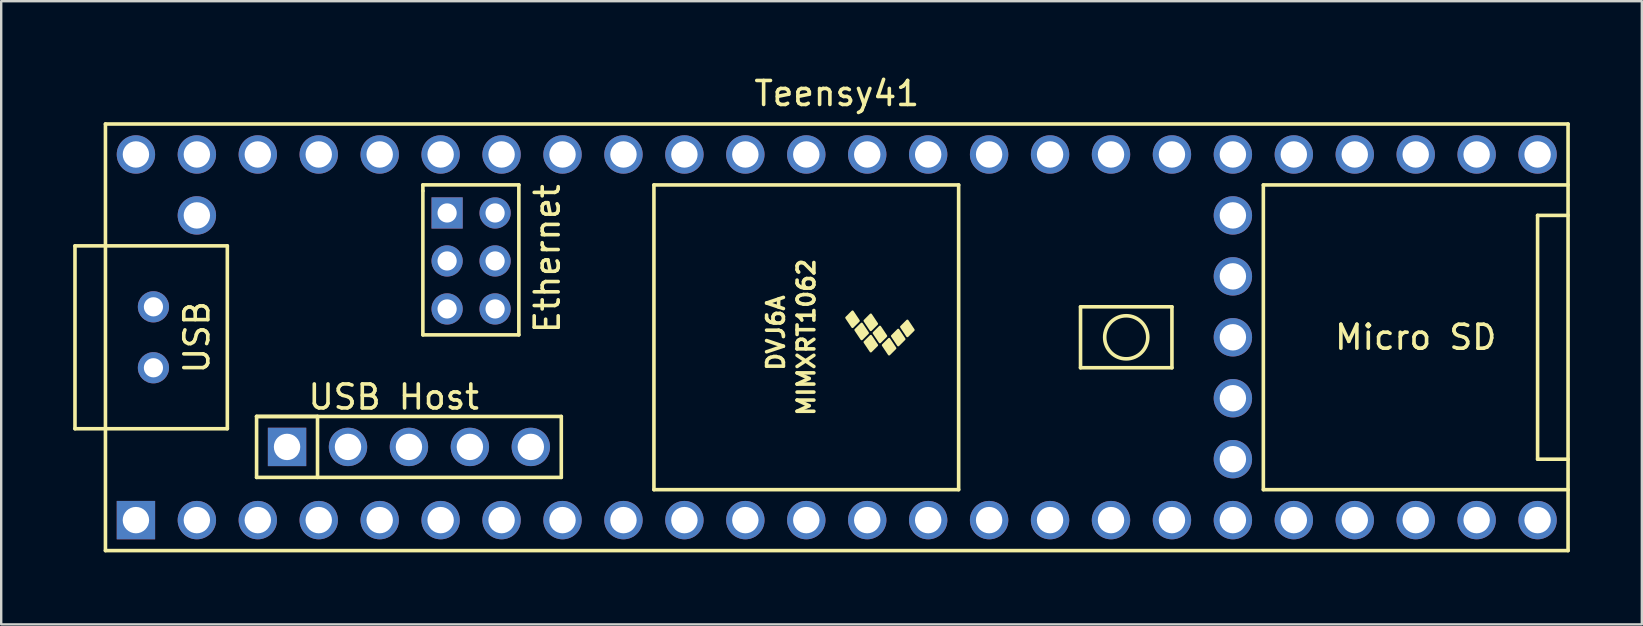
<source format=kicad_pcb>
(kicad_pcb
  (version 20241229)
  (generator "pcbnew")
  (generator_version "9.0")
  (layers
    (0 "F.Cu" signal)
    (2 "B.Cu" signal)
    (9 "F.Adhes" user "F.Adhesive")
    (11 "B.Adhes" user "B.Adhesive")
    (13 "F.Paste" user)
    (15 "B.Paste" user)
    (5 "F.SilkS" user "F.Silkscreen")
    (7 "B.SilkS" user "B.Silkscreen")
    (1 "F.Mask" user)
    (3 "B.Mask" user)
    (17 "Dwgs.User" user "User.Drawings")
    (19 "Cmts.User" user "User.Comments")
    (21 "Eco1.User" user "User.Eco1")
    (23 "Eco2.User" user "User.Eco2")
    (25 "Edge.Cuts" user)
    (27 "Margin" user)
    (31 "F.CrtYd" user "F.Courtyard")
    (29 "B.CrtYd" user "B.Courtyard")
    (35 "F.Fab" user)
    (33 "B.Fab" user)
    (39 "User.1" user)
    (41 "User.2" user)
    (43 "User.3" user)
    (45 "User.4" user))
  (footprint "Teensy41"
    (layer "F.Cu")
    (at 31.825 11.008)
    (property "Reference" "Teensy41" (at 0 -10.16 0) (layer "F.SilkS") (effects (font (size 1 1) (thickness 0.15))))
    (attr through_hole)
    (fp_line (start -31.75 -3.81) (end -30.48 -3.81) (stroke (width 0.15) (type solid)) (layer "F.SilkS"))
    (fp_line (start -31.75 3.81) (end -31.75 -3.81) (stroke (width 0.15) (type solid)) (layer "F.SilkS"))
    (fp_line (start -30.48 -8.89) (end 30.48 -8.89) (stroke (width 0.15) (type solid)) (layer "F.SilkS"))
    (fp_line (start -30.48 3.81) (end -31.75 3.81) (stroke (width 0.15) (type solid)) (layer "F.SilkS"))
    (fp_line (start -30.48 8.89) (end -30.48 -8.89) (stroke (width 0.15) (type solid)) (layer "F.SilkS"))
    (fp_line (start -25.4 -3.81) (end -30.48 -3.81) (stroke (width 0.15) (type solid)) (layer "F.SilkS"))
    (fp_line (start -25.4 3.81) (end -30.48 3.81) (stroke (width 0.15) (type solid)) (layer "F.SilkS"))
    (fp_line (start -25.4 3.81) (end -25.4 -3.81) (stroke (width 0.15) (type solid)) (layer "F.SilkS"))
    (fp_line (start -24.181 3.299) (end -21.641 3.299) (stroke (width 0.15) (type solid)) (layer "F.SilkS"))
    (fp_line (start -24.181 3.299) (end -11.481 3.299) (stroke (width 0.15) (type solid)) (layer "F.SilkS"))
    (fp_line (start -24.181 5.839) (end -24.181 3.299) (stroke (width 0.15) (type solid)) (layer "F.SilkS"))
    (fp_line (start -21.641 3.299) (end -21.641 5.839) (stroke (width 0.15) (type solid)) (layer "F.SilkS"))
    (fp_line (start -17.25 -6.352) (end -17.25 -6.102) (stroke (width 0.15) (type solid)) (layer "F.SilkS"))
    (fp_line (start -17.25 -6.102) (end -17.25 -0.102) (stroke (width 0.15) (type solid)) (layer "F.SilkS"))
    (fp_line (start -17.25 -0.102) (end -13.25 -0.102) (stroke (width 0.15) (type solid)) (layer "F.SilkS"))
    (fp_line (start -13.25 -6.352) (end -17.25 -6.352) (stroke (width 0.15) (type solid)) (layer "F.SilkS"))
    (fp_line (start -13.25 -0.102) (end -13.25 -6.352) (stroke (width 0.15) (type solid)) (layer "F.SilkS"))
    (fp_line (start -11.481 3.299) (end -11.481 5.839) (stroke (width 0.15) (type solid)) (layer "F.SilkS"))
    (fp_line (start -11.481 5.839) (end -24.181 5.839) (stroke (width 0.15) (type solid)) (layer "F.SilkS"))
    (fp_line (start -7.62 -6.35) (end -7.62 6.35) (stroke (width 0.15) (type solid)) (layer "F.SilkS"))
    (fp_line (start -7.62 6.35) (end 5.08 6.35) (stroke (width 0.15) (type solid)) (layer "F.SilkS"))
    (fp_line (start 5.08 -6.35) (end -7.62 -6.35) (stroke (width 0.15) (type solid)) (layer "F.SilkS"))
    (fp_line (start 5.08 6.35) (end 5.08 -6.35) (stroke (width 0.15) (type solid)) (layer "F.SilkS"))
    (fp_line (start 10.16 -1.27) (end 13.97 -1.27) (stroke (width 0.15) (type solid)) (layer "F.SilkS"))
    (fp_line (start 10.16 1.27) (end 10.16 -1.27) (stroke (width 0.15) (type solid)) (layer "F.SilkS"))
    (fp_line (start 13.97 -1.27) (end 13.97 1.27) (stroke (width 0.15) (type solid)) (layer "F.SilkS"))
    (fp_line (start 13.97 1.27) (end 10.16 1.27) (stroke (width 0.15) (type solid)) (layer "F.SilkS"))
    (fp_line (start 17.78 -6.35) (end 17.78 6.35) (stroke (width 0.15) (type solid)) (layer "F.SilkS"))
    (fp_line (start 17.78 6.35) (end 30.48 6.35) (stroke (width 0.15) (type solid)) (layer "F.SilkS"))
    (fp_line (start 29.21 -5.08) (end 29.21 5.08) (stroke (width 0.15) (type solid)) (layer "F.SilkS"))
    (fp_line (start 29.21 5.08) (end 30.48 5.08) (stroke (width 0.15) (type solid)) (layer "F.SilkS"))
    (fp_line (start 30.48 -8.89) (end 30.48 8.89) (stroke (width 0.15) (type solid)) (layer "F.SilkS"))
    (fp_line (start 30.48 -6.35) (end 17.78 -6.35) (stroke (width 0.15) (type solid)) (layer "F.SilkS"))
    (fp_line (start 30.48 -5.08) (end 29.21 -5.08) (stroke (width 0.15) (type solid)) (layer "F.SilkS"))
    (fp_line (start 30.48 8.89) (end -30.48 8.89) (stroke (width 0.15) (type solid)) (layer "F.SilkS"))
    (fp_circle (center 12.065 0) (end 12.7 -0.635) (stroke (width 0.15) (type solid)) (fill no) (layer "F.SilkS"))
    (fp_poly (pts (xy 0.911 -0.688) (xy 0.657 -0.434) (xy 0.403 -0.815) (xy 0.657 -1.069)) (stroke (width 0.1) (type solid)) (fill yes) (layer "F.SilkS"))
    (fp_poly (pts (xy 1.292 -0.18) (xy 1.038 0.074) (xy 0.784 -0.307) (xy 1.038 -0.561)) (stroke (width 0.1) (type solid)) (fill yes) (layer "F.SilkS"))
    (fp_poly (pts (xy 1.673 -0.561) (xy 1.419 -0.307) (xy 1.165 -0.688) (xy 1.419 -0.942)) (stroke (width 0.1) (type solid)) (fill yes) (layer "F.SilkS"))
    (fp_poly (pts (xy 1.673 0.328) (xy 1.419 0.582) (xy 1.165 0.201) (xy 1.419 -0.053)) (stroke (width 0.1) (type solid)) (fill yes) (layer "F.SilkS"))
    (fp_poly (pts (xy 2.054 -0.053) (xy 1.8 0.201) (xy 1.546 -0.18) (xy 1.8 -0.434)) (stroke (width 0.1) (type solid)) (fill yes) (layer "F.SilkS"))
    (fp_poly (pts (xy 2.435 0.455) (xy 2.181 0.709) (xy 1.927 0.328) (xy 2.181 0.074)) (stroke (width 0.1) (type solid)) (fill yes) (layer "F.SilkS"))
    (fp_poly (pts (xy 2.816 0.074) (xy 2.562 0.328) (xy 2.308 -0.053) (xy 2.562 -0.307)) (stroke (width 0.1) (type solid)) (fill yes) (layer "F.SilkS"))
    (fp_poly (pts (xy 3.197 -0.307) (xy 2.943 -0.053) (xy 2.689 -0.434) (xy 2.943 -0.688)) (stroke (width 0.1) (type solid)) (fill yes) (layer "F.SilkS"))
    (fp_text user "MIMXRT1062" (at -1.27 0 270) (layer "F.SilkS") (effects (font (size 0.7 0.7) (thickness 0.15))))
    (fp_text user "USB Host" (at -18.466 2.489 0) (layer "F.SilkS") (effects (font (size 1 1) (thickness 0.15))))
    (fp_text user "Ethernet" (at -12.065 -3.277 90) (layer "F.SilkS") (effects (font (size 1 1) (thickness 0.15))))
    (fp_text user "Micro SD" (at 24.13 0 0) (layer "F.SilkS") (effects (font (size 1 1) (thickness 0.15))))
    (fp_text user "USB" (at -26.67 0 270) (layer "F.SilkS") (effects (font (size 1 1) (thickness 0.15))))
    (fp_text user "DVJ6A" (at -2.54 -0.18 270) (layer "F.SilkS") (effects (font (size 0.7 0.7) (thickness 0.15))))
    (pad "1" thru_hole rect (at -29.21 7.62) (size 1.6 1.6) (drill 1.1) (layers "*.Cu" "*.Mask"))
    (pad "2" thru_hole circle (at -26.67 7.62) (size 1.6 1.6) (drill 1.1) (layers "*.Cu" "*.Mask"))
    (pad "3" thru_hole circle (at -24.13 7.62) (size 1.6 1.6) (drill 1.1) (layers "*.Cu" "*.Mask"))
    (pad "4" thru_hole circle (at -21.59 7.62) (size 1.6 1.6) (drill 1.1) (layers "*.Cu" "*.Mask"))
    (pad "5" thru_hole circle (at -19.05 7.62) (size 1.6 1.6) (drill 1.1) (layers "*.Cu" "*.Mask"))
    (pad "6" thru_hole circle (at -16.51 7.62) (size 1.6 1.6) (drill 1.1) (layers "*.Cu" "*.Mask"))
    (pad "7" thru_hole circle (at -13.97 7.62) (size 1.6 1.6) (drill 1.1) (layers "*.Cu" "*.Mask"))
    (pad "8" thru_hole circle (at -11.43 7.62) (size 1.6 1.6) (drill 1.1) (layers "*.Cu" "*.Mask"))
    (pad "9" thru_hole circle (at -8.89 7.62) (size 1.6 1.6) (drill 1.1) (layers "*.Cu" "*.Mask"))
    (pad "10" thru_hole circle (at -6.35 7.62) (size 1.6 1.6) (drill 1.1) (layers "*.Cu" "*.Mask"))
    (pad "11" thru_hole circle (at -3.81 7.62) (size 1.6 1.6) (drill 1.1) (layers "*.Cu" "*.Mask"))
    (pad "12" thru_hole circle (at -1.27 7.62) (size 1.6 1.6) (drill 1.1) (layers "*.Cu" "*.Mask"))
    (pad "13" thru_hole circle (at 1.27 7.62) (size 1.6 1.6) (drill 1.1) (layers "*.Cu" "*.Mask"))
    (pad "14" thru_hole circle (at 3.81 7.62) (size 1.6 1.6) (drill 1.1) (layers "*.Cu" "*.Mask"))
    (pad "15" thru_hole circle (at 6.35 7.62) (size 1.6 1.6) (drill 1.1) (layers "*.Cu" "*.Mask"))
    (pad "16" thru_hole circle (at 8.89 7.62) (size 1.6 1.6) (drill 1.1) (layers "*.Cu" "*.Mask"))
    (pad "17" thru_hole circle (at 11.43 7.62) (size 1.6 1.6) (drill 1.1) (layers "*.Cu" "*.Mask"))
    (pad "18" thru_hole circle (at 13.97 7.62) (size 1.6 1.6) (drill 1.1) (layers "*.Cu" "*.Mask"))
    (pad "19" thru_hole circle (at 16.51 7.62) (size 1.6 1.6) (drill 1.1) (layers "*.Cu" "*.Mask"))
    (pad "20" thru_hole circle (at 19.05 7.62) (size 1.6 1.6) (drill 1.1) (layers "*.Cu" "*.Mask"))
    (pad "21" thru_hole circle (at 21.59 7.62) (size 1.6 1.6) (drill 1.1) (layers "*.Cu" "*.Mask"))
    (pad "22" thru_hole circle (at 24.13 7.62) (size 1.6 1.6) (drill 1.1) (layers "*.Cu" "*.Mask"))
    (pad "23" thru_hole circle (at 26.67 7.62) (size 1.6 1.6) (drill 1.1) (layers "*.Cu" "*.Mask"))
    (pad "24" thru_hole circle (at 29.21 7.62) (size 1.6 1.6) (drill 1.1) (layers "*.Cu" "*.Mask"))
    (pad "25" thru_hole circle (at 29.21 -7.62) (size 1.6 1.6) (drill 1.1) (layers "*.Cu" "*.Mask"))
    (pad "26" thru_hole circle (at 26.67 -7.62) (size 1.6 1.6) (drill 1.1) (layers "*.Cu" "*.Mask"))
    (pad "27" thru_hole circle (at 24.13 -7.62) (size 1.6 1.6) (drill 1.1) (layers "*.Cu" "*.Mask"))
    (pad "28" thru_hole circle (at 21.59 -7.62) (size 1.6 1.6) (drill 1.1) (layers "*.Cu" "*.Mask"))
    (pad "29" thru_hole circle (at 19.05 -7.62) (size 1.6 1.6) (drill 1.1) (layers "*.Cu" "*.Mask"))
    (pad "30" thru_hole circle (at 16.51 -7.62) (size 1.6 1.6) (drill 1.1) (layers "*.Cu" "*.Mask"))
    (pad "31" thru_hole circle (at 13.97 -7.62) (size 1.6 1.6) (drill 1.1) (layers "*.Cu" "*.Mask"))
    (pad "32" thru_hole circle (at 11.43 -7.62) (size 1.6 1.6) (drill 1.1) (layers "*.Cu" "*.Mask"))
    (pad "33" thru_hole circle (at 8.89 -7.62) (size 1.6 1.6) (drill 1.1) (layers "*.Cu" "*.Mask"))
    (pad "34" thru_hole circle (at 6.35 -7.62) (size 1.6 1.6) (drill 1.1) (layers "*.Cu" "*.Mask"))
    (pad "35" thru_hole circle (at 3.81 -7.62) (size 1.6 1.6) (drill 1.1) (layers "*.Cu" "*.Mask"))
    (pad "36" thru_hole circle (at 1.27 -7.62) (size 1.6 1.6) (drill 1.1) (layers "*.Cu" "*.Mask"))
    (pad "37" thru_hole circle (at -1.27 -7.62) (size 1.6 1.6) (drill 1.1) (layers "*.Cu" "*.Mask"))
    (pad "38" thru_hole circle (at -3.81 -7.62) (size 1.6 1.6) (drill 1.1) (layers "*.Cu" "*.Mask"))
    (pad "39" thru_hole circle (at -6.35 -7.62) (size 1.6 1.6) (drill 1.1) (layers "*.Cu" "*.Mask"))
    (pad "40" thru_hole circle (at -8.89 -7.62) (size 1.6 1.6) (drill 1.1) (layers "*.Cu" "*.Mask"))
    (pad "41" thru_hole circle (at -11.43 -7.62) (size 1.6 1.6) (drill 1.1) (layers "*.Cu" "*.Mask"))
    (pad "42" thru_hole circle (at -13.97 -7.62) (size 1.6 1.6) (drill 1.1) (layers "*.Cu" "*.Mask"))
    (pad "43" thru_hole circle (at -16.51 -7.62) (size 1.6 1.6) (drill 1.1) (layers "*.Cu" "*.Mask"))
    (pad "44" thru_hole circle (at -19.05 -7.62) (size 1.6 1.6) (drill 1.1) (layers "*.Cu" "*.Mask"))
    (pad "45" thru_hole circle (at -21.59 -7.62) (size 1.6 1.6) (drill 1.1) (layers "*.Cu" "*.Mask"))
    (pad "46" thru_hole circle (at -24.13 -7.62) (size 1.6 1.6) (drill 1.1) (layers "*.Cu" "*.Mask"))
    (pad "47" thru_hole circle (at -26.67 -7.62) (size 1.6 1.6) (drill 1.1) (layers "*.Cu" "*.Mask"))
    (pad "48" thru_hole circle (at -29.21 -7.62) (size 1.6 1.6) (drill 1.1) (layers "*.Cu" "*.Mask"))
    (pad "49" thru_hole circle (at -26.67 -5.08) (size 1.6 1.6) (drill 1.1) (layers "*.Cu" "*.Mask"))
    (pad "50" thru_hole circle (at 16.51 5.08) (size 1.6 1.6) (drill 1.1) (layers "*.Cu" "*.Mask"))
    (pad "51" thru_hole circle (at 16.51 2.54) (size 1.6 1.6) (drill 1.1) (layers "*.Cu" "*.Mask"))
    (pad "52" thru_hole circle (at 16.51 0) (size 1.6 1.6) (drill 1.1) (layers "*.Cu" "*.Mask"))
    (pad "53" thru_hole circle (at 16.51 -2.54) (size 1.6 1.6) (drill 1.1) (layers "*.Cu" "*.Mask"))
    (pad "54" thru_hole circle (at 16.51 -5.08) (size 1.6 1.6) (drill 1.1) (layers "*.Cu" "*.Mask"))
    (pad "55" thru_hole rect (at -22.911 4.569) (size 1.6 1.6) (drill 1.1) (layers "*.Cu" "*.Mask"))
    (pad "56" thru_hole circle (at -20.371 4.569) (size 1.6 1.6) (drill 1.1) (layers "*.Cu" "*.Mask"))
    (pad "57" thru_hole circle (at -17.831 4.569) (size 1.6 1.6) (drill 1.1) (layers "*.Cu" "*.Mask"))
    (pad "58" thru_hole circle (at -15.291 4.569) (size 1.6 1.6) (drill 1.1) (layers "*.Cu" "*.Mask"))
    (pad "59" thru_hole circle (at -12.751 4.569) (size 1.6 1.6) (drill 1.1) (layers "*.Cu" "*.Mask"))
    (pad "60" thru_hole rect (at -16.24 -5.182) (size 1.3 1.3) (drill 0.8) (layers "*.Cu" "*.Mask"))
    (pad "61" thru_hole circle (at -16.24 -3.182) (size 1.3 1.3) (drill 0.8) (layers "*.Cu" "*.Mask"))
    (pad "62" thru_hole circle (at -16.24 -1.182) (size 1.3 1.3) (drill 0.8) (layers "*.Cu" "*.Mask"))
    (pad "63" thru_hole circle (at -14.24 -1.182) (size 1.3 1.3) (drill 0.8) (layers "*.Cu" "*.Mask"))
    (pad "64" thru_hole circle (at -14.24 -3.182) (size 1.3 1.3) (drill 0.8) (layers "*.Cu" "*.Mask"))
    (pad "65" thru_hole circle (at -14.24 -5.182) (size 1.3 1.3) (drill 0.8) (layers "*.Cu" "*.Mask"))
    (pad "66" thru_hole circle (at -28.48 -1.27) (size 1.3 1.3) (drill 0.8) (layers "*.Cu" "*.Mask"))
    (pad "67" thru_hole circle (at -28.48 1.27) (size 1.3 1.3) (drill 0.8) (layers "*.Cu" "*.Mask")))
  (gr_rect
    (start -3 -3)
    (end 65.38 22.973)
    (stroke (width 0.1) (type default))
    (fill no)
    (layer "Edge.Cuts")))
</source>
